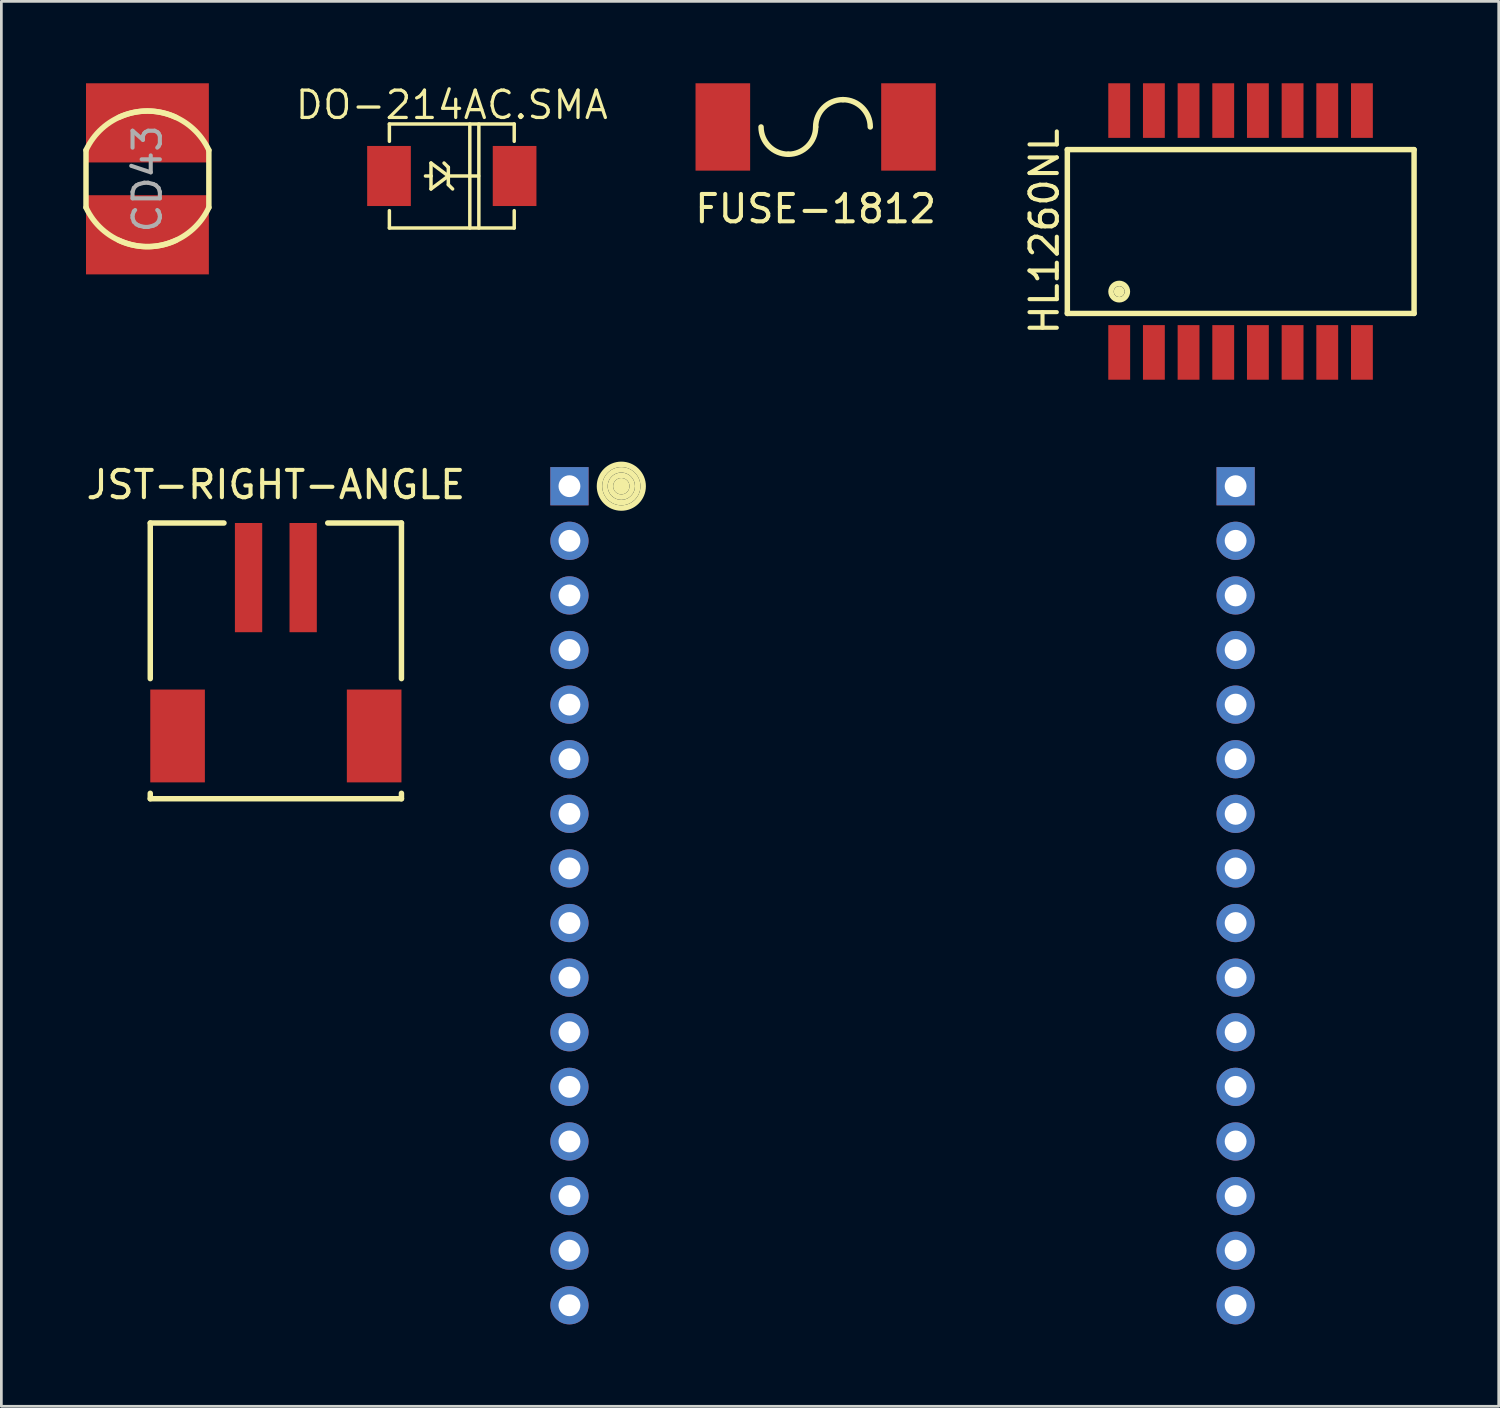
<source format=kicad_pcb>
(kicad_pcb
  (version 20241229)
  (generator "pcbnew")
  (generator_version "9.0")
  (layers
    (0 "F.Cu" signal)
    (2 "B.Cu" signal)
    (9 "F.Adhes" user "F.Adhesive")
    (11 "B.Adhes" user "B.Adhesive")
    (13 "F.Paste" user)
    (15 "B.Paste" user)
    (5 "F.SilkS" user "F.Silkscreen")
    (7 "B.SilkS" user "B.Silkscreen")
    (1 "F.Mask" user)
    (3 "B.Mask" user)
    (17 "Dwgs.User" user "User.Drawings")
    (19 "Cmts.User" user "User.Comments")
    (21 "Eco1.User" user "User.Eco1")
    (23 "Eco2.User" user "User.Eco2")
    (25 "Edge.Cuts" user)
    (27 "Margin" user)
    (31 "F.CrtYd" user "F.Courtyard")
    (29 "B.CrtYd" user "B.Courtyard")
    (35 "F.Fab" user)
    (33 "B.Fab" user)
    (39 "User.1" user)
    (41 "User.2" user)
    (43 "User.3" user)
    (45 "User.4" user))
  (footprint "DO-214AC.SMA"
    (layer "F.Cu")
    (at 13.498 3.396)
    (property "Reference" "DO-214AC.SMA" (at 0 -2.601 0) (layer "F.SilkS") (effects (font (size 1.001 1.001) (thickness 0.119))))
    (attr smd)
    (fp_line (start -2.286 -1.905) (end 2.286 -1.905) (stroke (width 0.127) (type solid)) (layer "F.SilkS"))
    (fp_line (start -2.286 -1.27) (end -2.286 -1.905) (stroke (width 0.127) (type solid)) (layer "F.SilkS"))
    (fp_line (start -2.286 1.27) (end -2.286 1.905) (stroke (width 0.127) (type solid)) (layer "F.SilkS"))
    (fp_line (start -2.286 1.905) (end 2.286 1.905) (stroke (width 0.127) (type solid)) (layer "F.SilkS"))
    (fp_line (start -0.762 -0.475) (end -0.762 0) (stroke (width 0.127) (type solid)) (layer "F.SilkS"))
    (fp_line (start -0.762 0) (end -0.965 0) (stroke (width 0.127) (type solid)) (layer "F.SilkS"))
    (fp_line (start -0.762 0) (end -0.762 0.475) (stroke (width 0.127) (type solid)) (layer "F.SilkS"))
    (fp_line (start -0.762 0.475) (end -0.127 0) (stroke (width 0.127) (type solid)) (layer "F.SilkS"))
    (fp_line (start -0.127 -0.318) (end -0.284 -0.475) (stroke (width 0.127) (type solid)) (layer "F.SilkS"))
    (fp_line (start -0.127 0) (end -0.762 -0.475) (stroke (width 0.127) (type solid)) (layer "F.SilkS"))
    (fp_line (start -0.127 0) (end -0.127 -0.318) (stroke (width 0.127) (type solid)) (layer "F.SilkS"))
    (fp_line (start -0.127 0) (end -0.127 0.318) (stroke (width 0.127) (type solid)) (layer "F.SilkS"))
    (fp_line (start -0.127 0) (end 0.983 0) (stroke (width 0.127) (type solid)) (layer "F.SilkS"))
    (fp_line (start -0.127 0.318) (end 0.03 0.475) (stroke (width 0.127) (type solid)) (layer "F.SilkS"))
    (fp_line (start 0.66 1.905) (end 0.66 -1.905) (stroke (width 0.127) (type solid)) (layer "F.SilkS"))
    (fp_line (start 0.991 1.905) (end 0.991 -1.905) (stroke (width 0.127) (type solid)) (layer "F.SilkS"))
    (fp_line (start 2.286 -1.905) (end 2.286 -1.27) (stroke (width 0.127) (type solid)) (layer "F.SilkS"))
    (fp_line (start 2.286 1.905) (end 2.286 1.27) (stroke (width 0.127) (type solid)) (layer "F.SilkS"))
    (pad "1" smd rect (at 2.3 0) (size 1.6 2.2) (layers "F.Cu" "F.Mask" "F.Paste"))
    (pad "2" smd rect (at -2.3 0) (size 1.6 2.2) (layers "F.Cu" "F.Mask" "F.Paste")))
  (footprint "HL1260NL"
    (layer "F.Cu")
    (at 42.393 5.43)
    (property "Reference" "HL1260NL" (at -7.19 0 90) (layer "F.SilkS") (effects (font (size 1 1) (thickness 0.15))))
    (attr through_hole)
    (fp_line (start -6.35 -3) (end 6.35 -3) (stroke (width 0.2) (type solid)) (layer "F.SilkS"))
    (fp_line (start -6.35 3) (end -6.35 -3) (stroke (width 0.2) (type solid)) (layer "F.SilkS"))
    (fp_line (start 6.35 -3) (end 6.35 3) (stroke (width 0.2) (type solid)) (layer "F.SilkS"))
    (fp_line (start 6.35 3) (end -6.35 3) (stroke (width 0.2) (type solid)) (layer "F.SilkS"))
    (fp_circle (center -4.45 2.2) (end -4.45 2.3) (stroke (width 0.2) (type solid)) (fill no) (layer "F.SilkS"))
    (fp_circle (center -4.45 2.2) (end -4.45 2.5) (stroke (width 0.2) (type solid)) (fill no) (layer "F.SilkS"))
    (pad "1" smd rect (at -4.45 4.428) (size 0.8 2) (layers "F.Cu" "F.Mask" "F.Paste"))
    (pad "2" smd rect (at -3.18 4.428) (size 0.8 2) (layers "F.Cu" "F.Mask" "F.Paste"))
    (pad "3" smd rect (at -1.91 4.428) (size 0.8 2) (layers "F.Cu" "F.Mask" "F.Paste"))
    (pad "4" smd rect (at -0.64 4.428) (size 0.8 2) (layers "F.Cu" "F.Mask" "F.Paste"))
    (pad "5" smd rect (at 0.63 4.428) (size 0.8 2) (layers "F.Cu" "F.Mask" "F.Paste"))
    (pad "6" smd rect (at 1.9 4.428) (size 0.8 2) (layers "F.Cu" "F.Mask" "F.Paste"))
    (pad "7" smd rect (at 3.17 4.428) (size 0.8 2) (layers "F.Cu" "F.Mask" "F.Paste"))
    (pad "8" smd rect (at 4.44 4.428) (size 0.8 2) (layers "F.Cu" "F.Mask" "F.Paste"))
    (pad "9" smd rect (at 4.44 -4.43) (size 0.8 2) (layers "F.Cu" "F.Mask" "F.Paste"))
    (pad "10" smd rect (at 3.17 -4.43) (size 0.8 2) (layers "F.Cu" "F.Mask" "F.Paste"))
    (pad "11" smd rect (at 1.9 -4.43) (size 0.8 2) (layers "F.Cu" "F.Mask" "F.Paste"))
    (pad "12" smd rect (at 0.63 -4.43) (size 0.8 2) (layers "F.Cu" "F.Mask" "F.Paste"))
    (pad "13" smd rect (at -0.64 -4.43) (size 0.8 2) (layers "F.Cu" "F.Mask" "F.Paste"))
    (pad "14" smd rect (at -1.91 -4.43) (size 0.8 2) (layers "F.Cu" "F.Mask" "F.Paste"))
    (pad "15" smd rect (at -3.18 -4.43) (size 0.8 2) (layers "F.Cu" "F.Mask" "F.Paste"))
    (pad "16" smd rect (at -4.45 -4.43) (size 0.8 2) (layers "F.Cu" "F.Mask" "F.Paste")))
  (footprint "CD43"
    (layer "F.Cu")
    (at 2.35 3.5)
    (property "Reference" "CD43" (at 0 0 90) (layer "F.Fab") (effects (font (size 1 1) (thickness 0.15))))
    (attr through_hole)
    (fp_line (start -2.25 -1.05) (end -2.25 1.05) (stroke (width 0.2) (type solid)) (layer "F.SilkS"))
    (fp_line (start 2.25 -1.05) (end 2.25 1.05) (stroke (width 0.2) (type solid)) (layer "F.SilkS"))
    (fp_arc (start -2.25 -1.05) (mid -0.848528 -2.333452) (end 1.05 -2.25) (stroke (width 0.2) (type solid)) (layer "F.SilkS"))
    (fp_arc (start -1.05 -2.25) (mid 0.848528 -2.333452) (end 2.25 -1.05) (stroke (width 0.2) (type solid)) (layer "F.SilkS"))
    (fp_arc (start 1.05 2.25) (mid -0.848528 2.333452) (end -2.25 1.05) (stroke (width 0.2) (type solid)) (layer "F.SilkS"))
    (fp_arc (start 2.25 1.05) (mid 0.848528 2.333452) (end -1.05 2.25) (stroke (width 0.2) (type solid)) (layer "F.SilkS"))
    (pad "1" smd rect (at 0 -2.05) (size 4.5 2.9) (layers "F.Cu" "F.Mask" "F.Paste"))
    (pad "2" smd rect (at 0 2.05) (size 4.5 2.9) (layers "F.Cu" "F.Mask" "F.Paste")))
  (footprint "FUSE-1812"
    (layer "F.Cu")
    (at 26.825 1.6)
    (property "Reference" "FUSE-1812" (at 0 3 0) (layer "F.SilkS") (effects (font (size 1 1) (thickness 0.15))))
    (attr through_hole)
    (fp_arc (start -1 1) (mid -1.707107 0.707107) (end -2 0) (stroke (width 0.2) (type solid)) (layer "F.SilkS"))
    (fp_arc (start 0 0) (mid -0.292893 0.707107) (end -1 1) (stroke (width 0.2) (type solid)) (layer "F.SilkS"))
    (fp_arc (start 0 0) (mid 0.292893 -0.707107) (end 1 -1) (stroke (width 0.2) (type solid)) (layer "F.SilkS"))
    (fp_arc (start 1 -1) (mid 1.707107 -0.707107) (end 2 0) (stroke (width 0.2) (type solid)) (layer "F.SilkS"))
    (pad "1" smd rect (at -3.4 0) (size 2 3.2) (layers "F.Cu" "F.Mask" "F.Paste"))
    (pad "2" smd rect (at 3.4 0) (size 2 3.2) (layers "F.Cu" "F.Mask" "F.Paste")))
  (footprint "JST-RIGHT-ANGLE"
    (layer "F.Cu")
    (at 7.054 18.106)
    (property "Reference" "JST-RIGHT-ANGLE" (at 0 -3.4 0) (layer "F.SilkS") (effects (font (size 1 1) (thickness 0.15))))
    (attr through_hole)
    (fp_line (start -4.6 3.7) (end -4.6 -2) (stroke (width 0.2) (type solid)) (layer "F.SilkS"))
    (fp_line (start -4.6 7.9) (end -4.6 8.1) (stroke (width 0.2) (type solid)) (layer "F.SilkS"))
    (fp_line (start -4.6 8.1) (end 4.6 8.1) (stroke (width 0.2) (type solid)) (layer "F.SilkS"))
    (fp_line (start -1.9 -2) (end -4.6 -2) (stroke (width 0.2) (type solid)) (layer "F.SilkS"))
    (fp_line (start 1.9 -2) (end 4.6 -2) (stroke (width 0.2) (type solid)) (layer "F.SilkS"))
    (fp_line (start 4.6 -2) (end 4.6 3.7) (stroke (width 0.2) (type solid)) (layer "F.SilkS"))
    (fp_line (start 4.6 8.1) (end 4.6 7.9) (stroke (width 0.2) (type solid)) (layer "F.SilkS"))
    (pad "1" smd rect (at -1 0) (size 1 4) (layers "F.Cu" "F.Mask" "F.Paste"))
    (pad "2" smd rect (at 1 0) (size 1 4) (layers "F.Cu" "F.Mask" "F.Paste"))
    (pad "3" smd rect (at -3.6 5.8) (size 2 3.4) (layers "F.Cu" "F.Mask" "F.Paste"))
    (pad "3" smd rect (at 3.6 5.8) (size 2 3.4) (layers "F.Cu" "F.Mask" "F.Paste")))
  (footprint "Omega2-NoMarking"
    (layer "F.Cu")
    (at 28.607 28.958)
    (property "Reference" "Omega2-NoMarking" (at 0 0 0) (layer "Eco2.User") (effects (font (size 1 1) (thickness 0.15))))
    (attr through_hole)
    (fp_circle (center -8.9 -14.2) (end -9.7 -14.2) (stroke (width 0.2) (type solid)) (fill no) (layer "F.SilkS"))
    (fp_circle (center -8.9 -14.2) (end -9.5 -14.2) (stroke (width 0.2) (type solid)) (fill no) (layer "F.SilkS"))
    (fp_circle (center -8.9 -14.2) (end -9.3 -14.2) (stroke (width 0.2) (type solid)) (fill no) (layer "F.SilkS"))
    (fp_circle (center -8.9 -14.2) (end -9.1 -14.2) (stroke (width 0.2) (type solid)) (fill no) (layer "F.SilkS"))
    (fp_circle (center -8.9 -14.2) (end -9 -14.2) (stroke (width 0.2) (type solid)) (fill no) (layer "F.SilkS"))
    (pad "1" thru_hole rect (at -10.8 -14.2) (size 1.4 1.4) (drill 0.8) (layers "*.Cu" "*.Mask"))
    (pad "2" thru_hole circle (at -10.8 -12.2) (size 1.4 1.4) (drill 0.8) (layers "*.Cu" "*.Mask"))
    (pad "3" thru_hole circle (at -10.8 -10.2) (size 1.4 1.4) (drill 0.8) (layers "*.Cu" "*.Mask"))
    (pad "4" thru_hole circle (at -10.8 -8.2) (size 1.4 1.4) (drill 0.8) (layers "*.Cu" "*.Mask"))
    (pad "5" thru_hole circle (at -10.8 -6.2) (size 1.4 1.4) (drill 0.8) (layers "*.Cu" "*.Mask"))
    (pad "6" thru_hole circle (at -10.8 -4.2) (size 1.4 1.4) (drill 0.8) (layers "*.Cu" "*.Mask"))
    (pad "7" thru_hole circle (at -10.8 -2.2) (size 1.4 1.4) (drill 0.8) (layers "*.Cu" "*.Mask"))
    (pad "8" thru_hole circle (at -10.8 -0.2) (size 1.4 1.4) (drill 0.8) (layers "*.Cu" "*.Mask"))
    (pad "9" thru_hole circle (at -10.8 1.8) (size 1.4 1.4) (drill 0.8) (layers "*.Cu" "*.Mask"))
    (pad "10" thru_hole circle (at -10.8 3.8) (size 1.4 1.4) (drill 0.8) (layers "*.Cu" "*.Mask"))
    (pad "11" thru_hole circle (at -10.8 5.8) (size 1.4 1.4) (drill 0.8) (layers "*.Cu" "*.Mask"))
    (pad "12" thru_hole circle (at -10.8 7.8) (size 1.4 1.4) (drill 0.8) (layers "*.Cu" "*.Mask"))
    (pad "13" thru_hole circle (at -10.8 9.8) (size 1.4 1.4) (drill 0.8) (layers "*.Cu" "*.Mask"))
    (pad "14" thru_hole circle (at -10.8 11.8) (size 1.4 1.4) (drill 0.8) (layers "*.Cu" "*.Mask"))
    (pad "15" thru_hole circle (at -10.8 13.8) (size 1.4 1.4) (drill 0.8) (layers "*.Cu" "*.Mask"))
    (pad "16" thru_hole circle (at -10.8 15.8) (size 1.4 1.4) (drill 0.8) (layers "*.Cu" "*.Mask"))
    (pad "17" thru_hole circle (at 13.6 15.8) (size 1.4 1.4) (drill 0.8) (layers "*.Cu" "*.Mask"))
    (pad "18" thru_hole circle (at 13.6 13.8) (size 1.4 1.4) (drill 0.8) (layers "*.Cu" "*.Mask"))
    (pad "19" thru_hole circle (at 13.6 11.8) (size 1.4 1.4) (drill 0.8) (layers "*.Cu" "*.Mask"))
    (pad "20" thru_hole circle (at 13.6 9.8) (size 1.4 1.4) (drill 0.8) (layers "*.Cu" "*.Mask"))
    (pad "21" thru_hole circle (at 13.6 7.8) (size 1.4 1.4) (drill 0.8) (layers "*.Cu" "*.Mask"))
    (pad "22" thru_hole circle (at 13.6 5.8) (size 1.4 1.4) (drill 0.8) (layers "*.Cu" "*.Mask"))
    (pad "23" thru_hole circle (at 13.6 3.8) (size 1.4 1.4) (drill 0.8) (layers "*.Cu" "*.Mask"))
    (pad "24" thru_hole circle (at 13.6 1.8) (size 1.4 1.4) (drill 0.8) (layers "*.Cu" "*.Mask"))
    (pad "25" thru_hole circle (at 13.6 -0.2) (size 1.4 1.4) (drill 0.8) (layers "*.Cu" "*.Mask"))
    (pad "26" thru_hole circle (at 13.6 -2.2) (size 1.4 1.4) (drill 0.8) (layers "*.Cu" "*.Mask"))
    (pad "27" thru_hole circle (at 13.6 -4.2) (size 1.4 1.4) (drill 0.8) (layers "*.Cu" "*.Mask"))
    (pad "28" thru_hole circle (at 13.6 -6.2) (size 1.4 1.4) (drill 0.8) (layers "*.Cu" "*.Mask"))
    (pad "29" thru_hole circle (at 13.6 -8.2) (size 1.4 1.4) (drill 0.8) (layers "*.Cu" "*.Mask"))
    (pad "30" thru_hole circle (at 13.6 -10.2) (size 1.4 1.4) (drill 0.8) (layers "*.Cu" "*.Mask"))
    (pad "31" thru_hole circle (at 13.6 -12.2) (size 1.4 1.4) (drill 0.8) (layers "*.Cu" "*.Mask"))
    (pad "32" thru_hole rect (at 13.6 -14.2) (size 1.4 1.4) (drill 0.8) (layers "*.Cu" "*.Mask")))
  (gr_rect
    (start -3 -3)
    (end 51.843 48.458)
    (stroke (width 0.1) (type default))
    (fill no)
    (layer "Edge.Cuts")))
</source>
